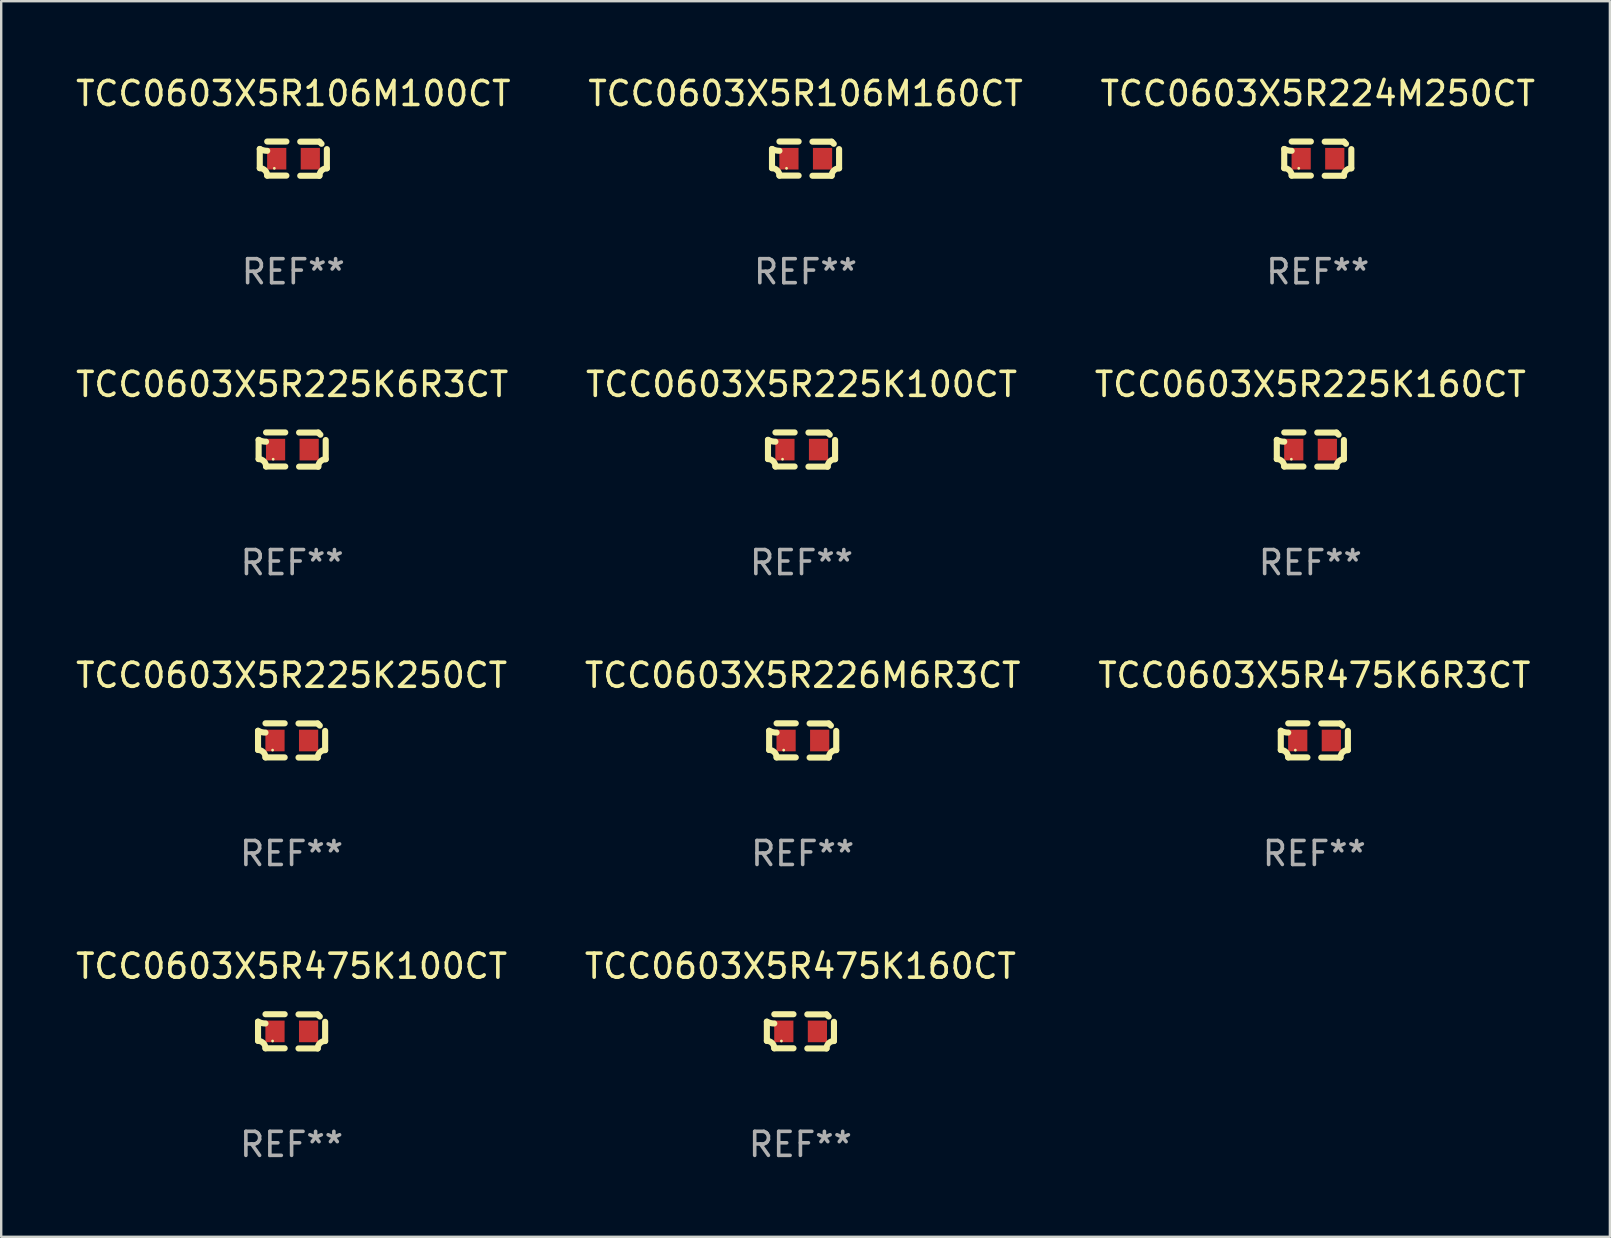
<source format=kicad_pcb>
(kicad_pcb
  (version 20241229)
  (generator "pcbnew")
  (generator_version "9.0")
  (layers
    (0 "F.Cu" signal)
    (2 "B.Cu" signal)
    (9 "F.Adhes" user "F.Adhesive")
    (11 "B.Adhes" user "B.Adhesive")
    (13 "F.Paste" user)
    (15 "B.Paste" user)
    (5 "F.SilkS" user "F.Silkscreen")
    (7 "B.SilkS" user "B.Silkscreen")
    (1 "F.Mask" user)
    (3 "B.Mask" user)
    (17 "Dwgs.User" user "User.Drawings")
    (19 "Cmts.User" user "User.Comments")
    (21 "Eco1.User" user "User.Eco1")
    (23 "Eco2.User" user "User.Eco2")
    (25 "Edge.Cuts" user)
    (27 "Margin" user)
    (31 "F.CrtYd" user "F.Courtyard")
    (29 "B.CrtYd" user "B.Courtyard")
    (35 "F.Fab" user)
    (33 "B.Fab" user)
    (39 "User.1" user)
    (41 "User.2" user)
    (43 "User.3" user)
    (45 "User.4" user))
  (footprint "TCC0603X5R225K6R3CT"
    (layer "F.Cu")
    (at 9.125 15.683)
    (property "Reference" "TCC0603X5R225K6R3CT" (at 0 -2.713 0) (layer "F.SilkS") (effects (font (size 1 1) (thickness 0.15))))
    (attr through_hole)
    (fp_line (start -1.398 -0.403) (end -1.398 0.397) (stroke (width 0.254) (type solid)) (layer "F.SilkS"))
    (fp_line (start -0.288 -0.713) (end -1.088 -0.713) (stroke (width 0.254) (type solid)) (layer "F.SilkS"))
    (fp_line (start -0.288 0.707) (end -1.088 0.707) (stroke (width 0.254) (type solid)) (layer "F.SilkS"))
    (fp_line (start 0.288 -0.707) (end 1.088 -0.707) (stroke (width 0.254) (type solid)) (layer "F.SilkS"))
    (fp_line (start 0.288 0.713) (end 1.088 0.713) (stroke (width 0.254) (type solid)) (layer "F.SilkS"))
    (fp_line (start 1.398 -0.397) (end 1.398 0.403) (stroke (width 0.254) (type solid)) (layer "F.SilkS"))
    (fp_arc (start -1.397789 0.397066) (mid -1.178701 0.487826) (end -1.08796 0.706922) (stroke (width 0.254001) (type solid)) (layer "F.SilkS"))
    (fp_arc (start -1.08796 -0.327176) (mid -1.247436 -0.346384) (end -1.39779 -0.402908) (stroke (width 0.254001) (type solid)) (layer "F.SilkS"))
    (fp_arc (start 1.087909 0.712738) (mid 1.178656 0.493655) (end 1.397739 0.402908) (stroke (width 0.254001) (type solid)) (layer "F.SilkS"))
    (fp_arc (start 1.175925 -0.618926) (mid 1.131917 -0.662923) (end 1.08791 -0.706922) (stroke (width 0.254001) (type solid)) (layer "F.SilkS"))
    (fp_circle (center -0.792 0.403) (end -0.762 0.403) (stroke (width 0.06) (type solid)) (fill no) (layer "F.SilkS"))
    (fp_text user "REF**" (at 0 4.713 0) (layer "F.Fab") (effects (font (size 1 1) (thickness 0.15))))
    (pad "1" smd rect (at -0.692 0.003) (size 0.8 0.9) (layers "F.Cu" "F.Mask" "F.Paste"))
    (pad "2" smd rect (at 0.708 0.003) (size 0.8 0.9) (layers "F.Cu" "F.Mask" "F.Paste")))
  (footprint "TCC0603X5R475K160CT"
    (layer "F.Cu")
    (at 30.304 39.927)
    (property "Reference" "TCC0603X5R475K160CT" (at 0 -2.713 0) (layer "F.SilkS") (effects (font (size 1 1) (thickness 0.15))))
    (attr through_hole)
    (fp_line (start -1.398 -0.403) (end -1.398 0.397) (stroke (width 0.254) (type solid)) (layer "F.SilkS"))
    (fp_line (start -0.288 -0.713) (end -1.088 -0.713) (stroke (width 0.254) (type solid)) (layer "F.SilkS"))
    (fp_line (start -0.288 0.707) (end -1.088 0.707) (stroke (width 0.254) (type solid)) (layer "F.SilkS"))
    (fp_line (start 0.288 -0.707) (end 1.088 -0.707) (stroke (width 0.254) (type solid)) (layer "F.SilkS"))
    (fp_line (start 0.288 0.713) (end 1.088 0.713) (stroke (width 0.254) (type solid)) (layer "F.SilkS"))
    (fp_line (start 1.398 -0.397) (end 1.398 0.403) (stroke (width 0.254) (type solid)) (layer "F.SilkS"))
    (fp_arc (start -1.397789 0.397066) (mid -1.178701 0.487826) (end -1.08796 0.706922) (stroke (width 0.254001) (type solid)) (layer "F.SilkS"))
    (fp_arc (start -1.08796 -0.327176) (mid -1.247436 -0.346384) (end -1.39779 -0.402908) (stroke (width 0.254001) (type solid)) (layer "F.SilkS"))
    (fp_arc (start 1.087909 0.712738) (mid 1.178656 0.493655) (end 1.397739 0.402908) (stroke (width 0.254001) (type solid)) (layer "F.SilkS"))
    (fp_arc (start 1.175925 -0.618926) (mid 1.131917 -0.662923) (end 1.08791 -0.706922) (stroke (width 0.254001) (type solid)) (layer "F.SilkS"))
    (fp_circle (center -0.792 0.403) (end -0.762 0.403) (stroke (width 0.06) (type solid)) (fill no) (layer "F.SilkS"))
    (fp_text user "REF**" (at 0 4.713 0) (layer "F.Fab") (effects (font (size 1 1) (thickness 0.15))))
    (pad "1" smd rect (at -0.692 0.003) (size 0.8 0.9) (layers "F.Cu" "F.Mask" "F.Paste"))
    (pad "2" smd rect (at 0.708 0.003) (size 0.8 0.9) (layers "F.Cu" "F.Mask" "F.Paste")))
  (footprint "TCC0603X5R475K100CT"
    (layer "F.Cu")
    (at 9.101 39.927)
    (property "Reference" "TCC0603X5R475K100CT" (at 0 -2.713 0) (layer "F.SilkS") (effects (font (size 1 1) (thickness 0.15))))
    (attr through_hole)
    (fp_line (start -1.398 -0.403) (end -1.398 0.397) (stroke (width 0.254) (type solid)) (layer "F.SilkS"))
    (fp_line (start -0.288 -0.713) (end -1.088 -0.713) (stroke (width 0.254) (type solid)) (layer "F.SilkS"))
    (fp_line (start -0.288 0.707) (end -1.088 0.707) (stroke (width 0.254) (type solid)) (layer "F.SilkS"))
    (fp_line (start 0.288 -0.707) (end 1.088 -0.707) (stroke (width 0.254) (type solid)) (layer "F.SilkS"))
    (fp_line (start 0.288 0.713) (end 1.088 0.713) (stroke (width 0.254) (type solid)) (layer "F.SilkS"))
    (fp_line (start 1.398 -0.397) (end 1.398 0.403) (stroke (width 0.254) (type solid)) (layer "F.SilkS"))
    (fp_arc (start -1.397789 0.397066) (mid -1.178701 0.487826) (end -1.08796 0.706922) (stroke (width 0.254001) (type solid)) (layer "F.SilkS"))
    (fp_arc (start -1.08796 -0.327176) (mid -1.247436 -0.346384) (end -1.39779 -0.402908) (stroke (width 0.254001) (type solid)) (layer "F.SilkS"))
    (fp_arc (start 1.087909 0.712738) (mid 1.178656 0.493655) (end 1.397739 0.402908) (stroke (width 0.254001) (type solid)) (layer "F.SilkS"))
    (fp_arc (start 1.175925 -0.618926) (mid 1.131917 -0.662923) (end 1.08791 -0.706922) (stroke (width 0.254001) (type solid)) (layer "F.SilkS"))
    (fp_circle (center -0.792 0.403) (end -0.762 0.403) (stroke (width 0.06) (type solid)) (fill no) (layer "F.SilkS"))
    (fp_text user "REF**" (at 0 4.713 0) (layer "F.Fab") (effects (font (size 1 1) (thickness 0.15))))
    (pad "1" smd rect (at -0.692 0.003) (size 0.8 0.9) (layers "F.Cu" "F.Mask" "F.Paste"))
    (pad "2" smd rect (at 0.708 0.003) (size 0.8 0.9) (layers "F.Cu" "F.Mask" "F.Paste")))
  (footprint "TCC0603X5R475K6R3CT"
    (layer "F.Cu")
    (at 51.72 27.805)
    (property "Reference" "TCC0603X5R475K6R3CT" (at 0 -2.713 0) (layer "F.SilkS") (effects (font (size 1 1) (thickness 0.15))))
    (attr through_hole)
    (fp_line (start -1.398 -0.403) (end -1.398 0.397) (stroke (width 0.254) (type solid)) (layer "F.SilkS"))
    (fp_line (start -0.288 -0.713) (end -1.088 -0.713) (stroke (width 0.254) (type solid)) (layer "F.SilkS"))
    (fp_line (start -0.288 0.707) (end -1.088 0.707) (stroke (width 0.254) (type solid)) (layer "F.SilkS"))
    (fp_line (start 0.288 -0.707) (end 1.088 -0.707) (stroke (width 0.254) (type solid)) (layer "F.SilkS"))
    (fp_line (start 0.288 0.713) (end 1.088 0.713) (stroke (width 0.254) (type solid)) (layer "F.SilkS"))
    (fp_line (start 1.398 -0.397) (end 1.398 0.403) (stroke (width 0.254) (type solid)) (layer "F.SilkS"))
    (fp_arc (start -1.397789 0.397066) (mid -1.178701 0.487826) (end -1.08796 0.706922) (stroke (width 0.254001) (type solid)) (layer "F.SilkS"))
    (fp_arc (start -1.08796 -0.327176) (mid -1.247436 -0.346384) (end -1.39779 -0.402908) (stroke (width 0.254001) (type solid)) (layer "F.SilkS"))
    (fp_arc (start 1.087909 0.712738) (mid 1.178656 0.493655) (end 1.397739 0.402908) (stroke (width 0.254001) (type solid)) (layer "F.SilkS"))
    (fp_arc (start 1.175925 -0.618926) (mid 1.131917 -0.662923) (end 1.08791 -0.706922) (stroke (width 0.254001) (type solid)) (layer "F.SilkS"))
    (fp_circle (center -0.792 0.403) (end -0.762 0.403) (stroke (width 0.06) (type solid)) (fill no) (layer "F.SilkS"))
    (fp_text user "REF**" (at 0 4.713 0) (layer "F.Fab") (effects (font (size 1 1) (thickness 0.15))))
    (pad "1" smd rect (at -0.692 0.003) (size 0.8 0.9) (layers "F.Cu" "F.Mask" "F.Paste"))
    (pad "2" smd rect (at 0.708 0.003) (size 0.8 0.9) (layers "F.Cu" "F.Mask" "F.Paste")))
  (footprint "TCC0603X5R225K250CT"
    (layer "F.Cu")
    (at 9.101 27.805)
    (property "Reference" "TCC0603X5R225K250CT" (at 0 -2.713 0) (layer "F.SilkS") (effects (font (size 1 1) (thickness 0.15))))
    (attr through_hole)
    (fp_line (start -1.398 -0.403) (end -1.398 0.397) (stroke (width 0.254) (type solid)) (layer "F.SilkS"))
    (fp_line (start -0.288 -0.713) (end -1.088 -0.713) (stroke (width 0.254) (type solid)) (layer "F.SilkS"))
    (fp_line (start -0.288 0.707) (end -1.088 0.707) (stroke (width 0.254) (type solid)) (layer "F.SilkS"))
    (fp_line (start 0.288 -0.707) (end 1.088 -0.707) (stroke (width 0.254) (type solid)) (layer "F.SilkS"))
    (fp_line (start 0.288 0.713) (end 1.088 0.713) (stroke (width 0.254) (type solid)) (layer "F.SilkS"))
    (fp_line (start 1.398 -0.397) (end 1.398 0.403) (stroke (width 0.254) (type solid)) (layer "F.SilkS"))
    (fp_arc (start -1.397789 0.397066) (mid -1.178701 0.487826) (end -1.08796 0.706922) (stroke (width 0.254001) (type solid)) (layer "F.SilkS"))
    (fp_arc (start -1.08796 -0.327176) (mid -1.247436 -0.346384) (end -1.39779 -0.402908) (stroke (width 0.254001) (type solid)) (layer "F.SilkS"))
    (fp_arc (start 1.087909 0.712738) (mid 1.178656 0.493655) (end 1.397739 0.402908) (stroke (width 0.254001) (type solid)) (layer "F.SilkS"))
    (fp_arc (start 1.175925 -0.618926) (mid 1.131917 -0.662923) (end 1.08791 -0.706922) (stroke (width 0.254001) (type solid)) (layer "F.SilkS"))
    (fp_circle (center -0.792 0.403) (end -0.762 0.403) (stroke (width 0.06) (type solid)) (fill no) (layer "F.SilkS"))
    (fp_text user "REF**" (at 0 4.713 0) (layer "F.Fab") (effects (font (size 1 1) (thickness 0.15))))
    (pad "1" smd rect (at -0.692 0.003) (size 0.8 0.9) (layers "F.Cu" "F.Mask" "F.Paste"))
    (pad "2" smd rect (at 0.708 0.003) (size 0.8 0.9) (layers "F.Cu" "F.Mask" "F.Paste")))
  (footprint "TCC0603X5R106M100CT"
    (layer "F.Cu")
    (at 9.173 3.561)
    (property "Reference" "TCC0603X5R106M100CT" (at 0 -2.713 0) (layer "F.SilkS") (effects (font (size 1 1) (thickness 0.15))))
    (attr through_hole)
    (fp_line (start -1.398 -0.403) (end -1.398 0.397) (stroke (width 0.254) (type solid)) (layer "F.SilkS"))
    (fp_line (start -0.288 -0.713) (end -1.088 -0.713) (stroke (width 0.254) (type solid)) (layer "F.SilkS"))
    (fp_line (start -0.288 0.707) (end -1.088 0.707) (stroke (width 0.254) (type solid)) (layer "F.SilkS"))
    (fp_line (start 0.288 -0.707) (end 1.088 -0.707) (stroke (width 0.254) (type solid)) (layer "F.SilkS"))
    (fp_line (start 0.288 0.713) (end 1.088 0.713) (stroke (width 0.254) (type solid)) (layer "F.SilkS"))
    (fp_line (start 1.398 -0.397) (end 1.398 0.403) (stroke (width 0.254) (type solid)) (layer "F.SilkS"))
    (fp_arc (start -1.397789 0.397066) (mid -1.178701 0.487826) (end -1.08796 0.706922) (stroke (width 0.254001) (type solid)) (layer "F.SilkS"))
    (fp_arc (start -1.08796 -0.327176) (mid -1.247436 -0.346384) (end -1.39779 -0.402908) (stroke (width 0.254001) (type solid)) (layer "F.SilkS"))
    (fp_arc (start 1.087909 0.712738) (mid 1.178656 0.493655) (end 1.397739 0.402908) (stroke (width 0.254001) (type solid)) (layer "F.SilkS"))
    (fp_arc (start 1.175925 -0.618926) (mid 1.131917 -0.662923) (end 1.08791 -0.706922) (stroke (width 0.254001) (type solid)) (layer "F.SilkS"))
    (fp_circle (center -0.792 0.403) (end -0.762 0.403) (stroke (width 0.06) (type solid)) (fill no) (layer "F.SilkS"))
    (fp_text user "REF**" (at 0 4.713 0) (layer "F.Fab") (effects (font (size 1 1) (thickness 0.15))))
    (pad "1" smd rect (at -0.692 0.003) (size 0.8 0.9) (layers "F.Cu" "F.Mask" "F.Paste"))
    (pad "2" smd rect (at 0.708 0.003) (size 0.8 0.9) (layers "F.Cu" "F.Mask" "F.Paste")))
  (footprint "TCC0603X5R224M250CT"
    (layer "F.Cu")
    (at 51.863 3.561)
    (property "Reference" "TCC0603X5R224M250CT" (at 0 -2.713 0) (layer "F.SilkS") (effects (font (size 1 1) (thickness 0.15))))
    (attr through_hole)
    (fp_line (start -1.398 -0.403) (end -1.398 0.397) (stroke (width 0.254) (type solid)) (layer "F.SilkS"))
    (fp_line (start -0.288 -0.713) (end -1.088 -0.713) (stroke (width 0.254) (type solid)) (layer "F.SilkS"))
    (fp_line (start -0.288 0.707) (end -1.088 0.707) (stroke (width 0.254) (type solid)) (layer "F.SilkS"))
    (fp_line (start 0.288 -0.707) (end 1.088 -0.707) (stroke (width 0.254) (type solid)) (layer "F.SilkS"))
    (fp_line (start 0.288 0.713) (end 1.088 0.713) (stroke (width 0.254) (type solid)) (layer "F.SilkS"))
    (fp_line (start 1.398 -0.397) (end 1.398 0.403) (stroke (width 0.254) (type solid)) (layer "F.SilkS"))
    (fp_arc (start -1.397789 0.397066) (mid -1.178701 0.487826) (end -1.08796 0.706922) (stroke (width 0.254001) (type solid)) (layer "F.SilkS"))
    (fp_arc (start -1.08796 -0.327176) (mid -1.247436 -0.346384) (end -1.39779 -0.402908) (stroke (width 0.254001) (type solid)) (layer "F.SilkS"))
    (fp_arc (start 1.087909 0.712738) (mid 1.178656 0.493655) (end 1.397739 0.402908) (stroke (width 0.254001) (type solid)) (layer "F.SilkS"))
    (fp_arc (start 1.175925 -0.618926) (mid 1.131917 -0.662923) (end 1.08791 -0.706922) (stroke (width 0.254001) (type solid)) (layer "F.SilkS"))
    (fp_circle (center -0.792 0.403) (end -0.762 0.403) (stroke (width 0.06) (type solid)) (fill no) (layer "F.SilkS"))
    (fp_text user "REF**" (at 0 4.713 0) (layer "F.Fab") (effects (font (size 1 1) (thickness 0.15))))
    (pad "1" smd rect (at -0.692 0.003) (size 0.8 0.9) (layers "F.Cu" "F.Mask" "F.Paste"))
    (pad "2" smd rect (at 0.708 0.003) (size 0.8 0.9) (layers "F.Cu" "F.Mask" "F.Paste")))
  (footprint "TCC0603X5R106M160CT"
    (layer "F.Cu")
    (at 30.518 3.561)
    (property "Reference" "TCC0603X5R106M160CT" (at 0 -2.713 0) (layer "F.SilkS") (effects (font (size 1 1) (thickness 0.15))))
    (attr through_hole)
    (fp_line (start -1.398 -0.403) (end -1.398 0.397) (stroke (width 0.254) (type solid)) (layer "F.SilkS"))
    (fp_line (start -0.288 -0.713) (end -1.088 -0.713) (stroke (width 0.254) (type solid)) (layer "F.SilkS"))
    (fp_line (start -0.288 0.707) (end -1.088 0.707) (stroke (width 0.254) (type solid)) (layer "F.SilkS"))
    (fp_line (start 0.288 -0.707) (end 1.088 -0.707) (stroke (width 0.254) (type solid)) (layer "F.SilkS"))
    (fp_line (start 0.288 0.713) (end 1.088 0.713) (stroke (width 0.254) (type solid)) (layer "F.SilkS"))
    (fp_line (start 1.398 -0.397) (end 1.398 0.403) (stroke (width 0.254) (type solid)) (layer "F.SilkS"))
    (fp_arc (start -1.397789 0.397066) (mid -1.178701 0.487826) (end -1.08796 0.706922) (stroke (width 0.254001) (type solid)) (layer "F.SilkS"))
    (fp_arc (start -1.08796 -0.327176) (mid -1.247436 -0.346384) (end -1.39779 -0.402908) (stroke (width 0.254001) (type solid)) (layer "F.SilkS"))
    (fp_arc (start 1.087909 0.712738) (mid 1.178656 0.493655) (end 1.397739 0.402908) (stroke (width 0.254001) (type solid)) (layer "F.SilkS"))
    (fp_arc (start 1.175925 -0.618926) (mid 1.131917 -0.662923) (end 1.08791 -0.706922) (stroke (width 0.254001) (type solid)) (layer "F.SilkS"))
    (fp_circle (center -0.792 0.403) (end -0.762 0.403) (stroke (width 0.06) (type solid)) (fill no) (layer "F.SilkS"))
    (fp_text user "REF**" (at 0 4.713 0) (layer "F.Fab") (effects (font (size 1 1) (thickness 0.15))))
    (pad "1" smd rect (at -0.692 0.003) (size 0.8 0.9) (layers "F.Cu" "F.Mask" "F.Paste"))
    (pad "2" smd rect (at 0.708 0.003) (size 0.8 0.9) (layers "F.Cu" "F.Mask" "F.Paste")))
  (footprint "TCC0603X5R226M6R3CT"
    (layer "F.Cu")
    (at 30.399 27.805)
    (property "Reference" "TCC0603X5R226M6R3CT" (at 0 -2.713 0) (layer "F.SilkS") (effects (font (size 1 1) (thickness 0.15))))
    (attr through_hole)
    (fp_line (start -1.398 -0.403) (end -1.398 0.397) (stroke (width 0.254) (type solid)) (layer "F.SilkS"))
    (fp_line (start -0.288 -0.713) (end -1.088 -0.713) (stroke (width 0.254) (type solid)) (layer "F.SilkS"))
    (fp_line (start -0.288 0.707) (end -1.088 0.707) (stroke (width 0.254) (type solid)) (layer "F.SilkS"))
    (fp_line (start 0.288 -0.707) (end 1.088 -0.707) (stroke (width 0.254) (type solid)) (layer "F.SilkS"))
    (fp_line (start 0.288 0.713) (end 1.088 0.713) (stroke (width 0.254) (type solid)) (layer "F.SilkS"))
    (fp_line (start 1.398 -0.397) (end 1.398 0.403) (stroke (width 0.254) (type solid)) (layer "F.SilkS"))
    (fp_arc (start -1.397789 0.397066) (mid -1.178701 0.487826) (end -1.08796 0.706922) (stroke (width 0.254001) (type solid)) (layer "F.SilkS"))
    (fp_arc (start -1.08796 -0.327176) (mid -1.247436 -0.346384) (end -1.39779 -0.402908) (stroke (width 0.254001) (type solid)) (layer "F.SilkS"))
    (fp_arc (start 1.087909 0.712738) (mid 1.178656 0.493655) (end 1.397739 0.402908) (stroke (width 0.254001) (type solid)) (layer "F.SilkS"))
    (fp_arc (start 1.175925 -0.618926) (mid 1.131917 -0.662923) (end 1.08791 -0.706922) (stroke (width 0.254001) (type solid)) (layer "F.SilkS"))
    (fp_circle (center -0.792 0.403) (end -0.762 0.403) (stroke (width 0.06) (type solid)) (fill no) (layer "F.SilkS"))
    (fp_text user "REF**" (at 0 4.713 0) (layer "F.Fab") (effects (font (size 1 1) (thickness 0.15))))
    (pad "1" smd rect (at -0.692 0.003) (size 0.8 0.9) (layers "F.Cu" "F.Mask" "F.Paste"))
    (pad "2" smd rect (at 0.708 0.003) (size 0.8 0.9) (layers "F.Cu" "F.Mask" "F.Paste")))
  (footprint "TCC0603X5R225K100CT"
    (layer "F.Cu")
    (at 30.351 15.683)
    (property "Reference" "TCC0603X5R225K100CT" (at 0 -2.713 0) (layer "F.SilkS") (effects (font (size 1 1) (thickness 0.15))))
    (attr through_hole)
    (fp_line (start -1.398 -0.403) (end -1.398 0.397) (stroke (width 0.254) (type solid)) (layer "F.SilkS"))
    (fp_line (start -0.288 -0.713) (end -1.088 -0.713) (stroke (width 0.254) (type solid)) (layer "F.SilkS"))
    (fp_line (start -0.288 0.707) (end -1.088 0.707) (stroke (width 0.254) (type solid)) (layer "F.SilkS"))
    (fp_line (start 0.288 -0.707) (end 1.088 -0.707) (stroke (width 0.254) (type solid)) (layer "F.SilkS"))
    (fp_line (start 0.288 0.713) (end 1.088 0.713) (stroke (width 0.254) (type solid)) (layer "F.SilkS"))
    (fp_line (start 1.398 -0.397) (end 1.398 0.403) (stroke (width 0.254) (type solid)) (layer "F.SilkS"))
    (fp_arc (start -1.397789 0.397066) (mid -1.178701 0.487826) (end -1.08796 0.706922) (stroke (width 0.254001) (type solid)) (layer "F.SilkS"))
    (fp_arc (start -1.08796 -0.327176) (mid -1.247436 -0.346384) (end -1.39779 -0.402908) (stroke (width 0.254001) (type solid)) (layer "F.SilkS"))
    (fp_arc (start 1.087909 0.712738) (mid 1.178656 0.493655) (end 1.397739 0.402908) (stroke (width 0.254001) (type solid)) (layer "F.SilkS"))
    (fp_arc (start 1.175925 -0.618926) (mid 1.131917 -0.662923) (end 1.08791 -0.706922) (stroke (width 0.254001) (type solid)) (layer "F.SilkS"))
    (fp_circle (center -0.792 0.403) (end -0.762 0.403) (stroke (width 0.06) (type solid)) (fill no) (layer "F.SilkS"))
    (fp_text user "REF**" (at 0 4.713 0) (layer "F.Fab") (effects (font (size 1 1) (thickness 0.15))))
    (pad "1" smd rect (at -0.692 0.003) (size 0.8 0.9) (layers "F.Cu" "F.Mask" "F.Paste"))
    (pad "2" smd rect (at 0.708 0.003) (size 0.8 0.9) (layers "F.Cu" "F.Mask" "F.Paste")))
  (footprint "TCC0603X5R225K160CT"
    (layer "F.Cu")
    (at 51.554 15.683)
    (property "Reference" "TCC0603X5R225K160CT" (at 0 -2.713 0) (layer "F.SilkS") (effects (font (size 1 1) (thickness 0.15))))
    (attr through_hole)
    (fp_line (start -1.398 -0.403) (end -1.398 0.397) (stroke (width 0.254) (type solid)) (layer "F.SilkS"))
    (fp_line (start -0.288 -0.713) (end -1.088 -0.713) (stroke (width 0.254) (type solid)) (layer "F.SilkS"))
    (fp_line (start -0.288 0.707) (end -1.088 0.707) (stroke (width 0.254) (type solid)) (layer "F.SilkS"))
    (fp_line (start 0.288 -0.707) (end 1.088 -0.707) (stroke (width 0.254) (type solid)) (layer "F.SilkS"))
    (fp_line (start 0.288 0.713) (end 1.088 0.713) (stroke (width 0.254) (type solid)) (layer "F.SilkS"))
    (fp_line (start 1.398 -0.397) (end 1.398 0.403) (stroke (width 0.254) (type solid)) (layer "F.SilkS"))
    (fp_arc (start -1.397789 0.397066) (mid -1.178701 0.487826) (end -1.08796 0.706922) (stroke (width 0.254001) (type solid)) (layer "F.SilkS"))
    (fp_arc (start -1.08796 -0.327176) (mid -1.247436 -0.346384) (end -1.39779 -0.402908) (stroke (width 0.254001) (type solid)) (layer "F.SilkS"))
    (fp_arc (start 1.087909 0.712738) (mid 1.178656 0.493655) (end 1.397739 0.402908) (stroke (width 0.254001) (type solid)) (layer "F.SilkS"))
    (fp_arc (start 1.175925 -0.618926) (mid 1.131917 -0.662923) (end 1.08791 -0.706922) (stroke (width 0.254001) (type solid)) (layer "F.SilkS"))
    (fp_circle (center -0.792 0.403) (end -0.762 0.403) (stroke (width 0.06) (type solid)) (fill no) (layer "F.SilkS"))
    (fp_text user "REF**" (at 0 4.713 0) (layer "F.Fab") (effects (font (size 1 1) (thickness 0.15))))
    (pad "1" smd rect (at -0.692 0.003) (size 0.8 0.9) (layers "F.Cu" "F.Mask" "F.Paste"))
    (pad "2" smd rect (at 0.708 0.003) (size 0.8 0.9) (layers "F.Cu" "F.Mask" "F.Paste")))
  (gr_rect
    (start -3 -3)
    (end 64.036 48.488)
    (stroke (width 0.1) (type default))
    (fill no)
    (layer "Edge.Cuts")))
</source>
